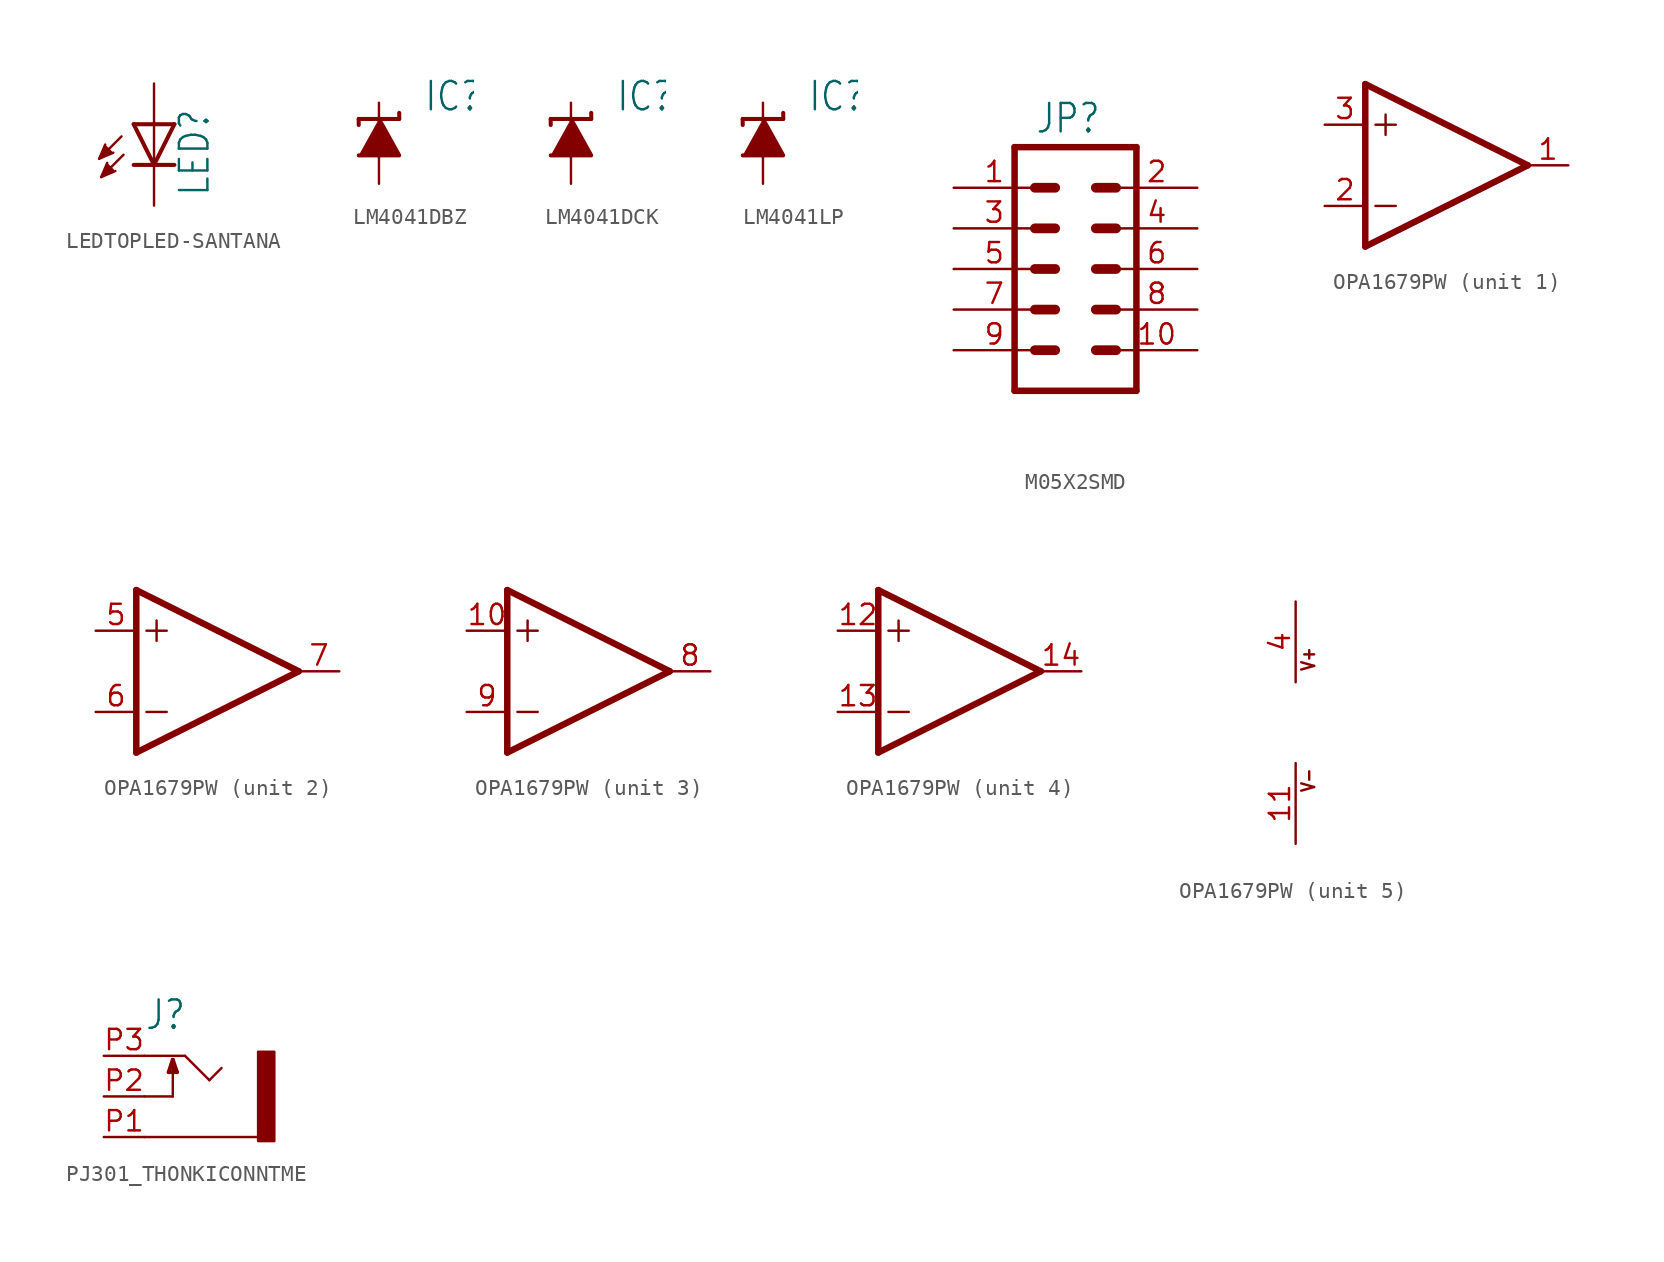
<source format=kicad_sym>
(kicad_symbol_lib
  (version 20231120)
  (generator "kicad_symbol_editor")
  (generator_version "8.0")
  (symbol "LEDTOPLED-SANTANA"
    (property "Reference" "LED"
      (at 3.556 -4.572 90)
      (effects (font (size 1.778 1.511)) (justify left bottom)))
    (property "Value" ""
      (at 5.715 -4.572 90)
      (effects (font (size 1.778 1.511)) (justify left bottom)))
    (property "ki_locked" ""
      (at 0 0 0)
      (effects (font (size 1.27 1.27))))
    (symbol "LEDTOPLED-SANTANA_1_0"
      (polyline (pts (xy -2.032 -0.762) (xy -3.429 -2.159)) (stroke (width 0.152) (type solid)) (fill (type none)))
      (polyline (pts (xy -1.905 -1.905) (xy -3.302 -3.302)) (stroke (width 0.152) (type solid)) (fill (type none)))
      (polyline (pts (xy 0 -2.54) (xy -1.27 -2.54)) (stroke (width 0.254) (type solid)) (fill (type none)))
      (polyline (pts (xy 0 -2.54) (xy -1.27 0)) (stroke (width 0.254) (type solid)) (fill (type none)))
      (polyline (pts (xy 0 0) (xy -1.27 0)) (stroke (width 0.254) (type solid)) (fill (type none)))
      (polyline (pts (xy 0 0) (xy 0 -2.54)) (stroke (width 0.152) (type solid)) (fill (type none)))
      (polyline (pts (xy 1.27 -2.54) (xy 0 -2.54)) (stroke (width 0.254) (type solid)) (fill (type none)))
      (polyline (pts (xy 1.27 0) (xy 0 -2.54)) (stroke (width 0.254) (type solid)) (fill (type none)))
      (polyline (pts (xy 1.27 0) (xy 0 0)) (stroke (width 0.254) (type solid)) (fill (type none)))
      (polyline (pts (xy -3.048 -1.27) (xy -3.429 -2.159) (xy -2.54 -1.778)) (stroke (width 0.152) (type solid)) (fill (type outline)))
      (polyline (pts (xy -2.921 -2.413) (xy -3.302 -3.302) (xy -2.413 -2.921)) (stroke (width 0.152) (type solid)) (fill (type outline)))
      (pin passive line (at 0 2.54 270) (length 2.54) (name "A" (effects (font (size 0 0)))) (number "A" (effects (font (size 0 0)))))
      (pin passive line (at 0 -5.08 90) (length 2.54) (name "C" (effects (font (size 0 0)))) (number "C" (effects (font (size 0 0)))))))
  (symbol "LM4041DBZ"
    (property "Reference" "IC"
      (at 2.794 1.905 0)
      (effects (font (size 1.778 1.511)) (justify left bottom)))
    (property "Value" ""
      (at 2.794 -0.889 0)
      (effects (font (size 1.778 1.511)) (justify left bottom)))
    (property "ki_locked" ""
      (at 0 0 0)
      (effects (font (size 1.27 1.27))))
    (symbol "LM4041DBZ_1_0"
      (polyline (pts (xy -1.27 1.524) (xy -1.27 1.143)) (stroke (width 0.254) (type solid)) (fill (type none)))
      (polyline (pts (xy 0 1.524) (xy -1.27 1.524)) (stroke (width 0.254) (type solid)) (fill (type none)))
      (polyline (pts (xy 1.27 1.524) (xy 0 1.524)) (stroke (width 0.254) (type solid)) (fill (type none)))
      (polyline (pts (xy 1.27 1.905) (xy 1.27 1.524)) (stroke (width 0.254) (type solid)) (fill (type none)))
      (polyline (pts (xy -1.27 -0.762) (xy 1.27 -0.762) (xy 0 1.524)) (stroke (width 0.254) (type solid)) (fill (type outline)))
      (pin passive line (at 0 2.54 270) (length 2.54) (name "C" (effects (font (size 0 0)))) (number "1" (effects (font (size 0 0)))))
      (pin passive line (at 0 -2.54 90) (length 2.54) (name "A" (effects (font (size 0 0)))) (number "2" (effects (font (size 0 0)))))))
  (symbol "LM4041DCK"
    (property "Reference" "IC"
      (at 2.794 1.905 0)
      (effects (font (size 1.778 1.511)) (justify left bottom)))
    (property "Value" ""
      (at 2.794 -0.889 0)
      (effects (font (size 1.778 1.511)) (justify left bottom)))
    (property "ki_locked" ""
      (at 0 0 0)
      (effects (font (size 1.27 1.27))))
    (symbol "LM4041DCK_1_0"
      (polyline (pts (xy -1.27 1.524) (xy -1.27 1.143)) (stroke (width 0.254) (type solid)) (fill (type none)))
      (polyline (pts (xy 0 1.524) (xy -1.27 1.524)) (stroke (width 0.254) (type solid)) (fill (type none)))
      (polyline (pts (xy 1.27 1.524) (xy 0 1.524)) (stroke (width 0.254) (type solid)) (fill (type none)))
      (polyline (pts (xy 1.27 1.905) (xy 1.27 1.524)) (stroke (width 0.254) (type solid)) (fill (type none)))
      (polyline (pts (xy -1.27 -0.762) (xy 1.27 -0.762) (xy 0 1.524)) (stroke (width 0.254) (type solid)) (fill (type outline)))
      (pin passive line (at 0 -2.54 90) (length 2.54) (name "A" (effects (font (size 0 0)))) (number "1" (effects (font (size 0 0)))))
      (pin passive line (at 0 2.54 270) (length 2.54) (name "C" (effects (font (size 0 0)))) (number "3" (effects (font (size 0 0)))))))
  (symbol "LM4041LP"
    (property "Reference" "IC"
      (at 2.794 1.905 0)
      (effects (font (size 1.778 1.511)) (justify left bottom)))
    (property "Value" ""
      (at 2.794 -0.889 0)
      (effects (font (size 1.778 1.511)) (justify left bottom)))
    (property "ki_locked" ""
      (at 0 0 0)
      (effects (font (size 1.27 1.27))))
    (symbol "LM4041LP_1_0"
      (polyline (pts (xy -1.27 1.524) (xy -1.27 1.143)) (stroke (width 0.254) (type solid)) (fill (type none)))
      (polyline (pts (xy 0 1.524) (xy -1.27 1.524)) (stroke (width 0.254) (type solid)) (fill (type none)))
      (polyline (pts (xy 1.27 1.524) (xy 0 1.524)) (stroke (width 0.254) (type solid)) (fill (type none)))
      (polyline (pts (xy 1.27 1.905) (xy 1.27 1.524)) (stroke (width 0.254) (type solid)) (fill (type none)))
      (polyline (pts (xy -1.27 -0.762) (xy 1.27 -0.762) (xy 0 1.524)) (stroke (width 0.254) (type solid)) (fill (type outline)))
      (pin passive line (at 0 2.54 270) (length 2.54) (name "C" (effects (font (size 0 0)))) (number "2" (effects (font (size 0 0)))))
      (pin passive line (at 0 -2.54 90) (length 2.54) (name "A" (effects (font (size 0 0)))) (number "3" (effects (font (size 0 0)))))))
  (symbol "M05X2SMD"
    (property "Reference" "JP"
      (at -2.54 8.382 0)
      (effects (font (size 1.778 1.511)) (justify left bottom)))
    (property "Value" ""
      (at -2.54 -10.16 0)
      (effects (font (size 1.778 1.511)) (justify left bottom)))
    (property "ki_locked" ""
      (at 0 0 0)
      (effects (font (size 1.27 1.27))))
    (symbol "M05X2SMD_1_0"
      (polyline (pts (xy -3.81 7.62) (xy -3.81 -7.62)) (stroke (width 0.406) (type solid)) (fill (type none)))
      (polyline (pts (xy -3.81 7.62) (xy 3.81 7.62)) (stroke (width 0.406) (type solid)) (fill (type none)))
      (polyline (pts (xy -1.27 -5.08) (xy -2.54 -5.08)) (stroke (width 0.61) (type solid)) (fill (type none)))
      (polyline (pts (xy -1.27 -2.54) (xy -2.54 -2.54)) (stroke (width 0.61) (type solid)) (fill (type none)))
      (polyline (pts (xy -1.27 0) (xy -2.54 0)) (stroke (width 0.61) (type solid)) (fill (type none)))
      (polyline (pts (xy -1.27 2.54) (xy -2.54 2.54)) (stroke (width 0.61) (type solid)) (fill (type none)))
      (polyline (pts (xy -1.27 5.08) (xy -2.54 5.08)) (stroke (width 0.61) (type solid)) (fill (type none)))
      (polyline (pts (xy 1.27 -5.08) (xy 2.54 -5.08)) (stroke (width 0.61) (type solid)) (fill (type none)))
      (polyline (pts (xy 1.27 -2.54) (xy 2.54 -2.54)) (stroke (width 0.61) (type solid)) (fill (type none)))
      (polyline (pts (xy 1.27 0) (xy 2.54 0)) (stroke (width 0.61) (type solid)) (fill (type none)))
      (polyline (pts (xy 1.27 2.54) (xy 2.54 2.54)) (stroke (width 0.61) (type solid)) (fill (type none)))
      (polyline (pts (xy 1.27 5.08) (xy 2.54 5.08)) (stroke (width 0.61) (type solid)) (fill (type none)))
      (polyline (pts (xy 3.81 -7.62) (xy -3.81 -7.62)) (stroke (width 0.406) (type solid)) (fill (type none)))
      (polyline (pts (xy 3.81 -7.62) (xy 3.81 7.62)) (stroke (width 0.406) (type solid)) (fill (type none)))
      (pin passive line (at -7.62 5.08 0) (length 5.08) (name "1" (effects (font (size 0 0)))) (number "1" (effects (font (size 1.27 1.27)))))
      (pin passive line (at 7.62 -5.08 180) (length 5.08) (name "10" (effects (font (size 0 0)))) (number "10" (effects (font (size 1.27 1.27)))))
      (pin passive line (at 7.62 5.08 180) (length 5.08) (name "2" (effects (font (size 0 0)))) (number "2" (effects (font (size 1.27 1.27)))))
      (pin passive line (at -7.62 2.54 0) (length 5.08) (name "3" (effects (font (size 0 0)))) (number "3" (effects (font (size 1.27 1.27)))))
      (pin passive line (at 7.62 2.54 180) (length 5.08) (name "4" (effects (font (size 0 0)))) (number "4" (effects (font (size 1.27 1.27)))))
      (pin passive line (at -7.62 0 0) (length 5.08) (name "5" (effects (font (size 0 0)))) (number "5" (effects (font (size 1.27 1.27)))))
      (pin passive line (at 7.62 0 180) (length 5.08) (name "6" (effects (font (size 0 0)))) (number "6" (effects (font (size 1.27 1.27)))))
      (pin passive line (at -7.62 -2.54 0) (length 5.08) (name "7" (effects (font (size 0 0)))) (number "7" (effects (font (size 1.27 1.27)))))
      (pin passive line (at 7.62 -2.54 180) (length 5.08) (name "8" (effects (font (size 0 0)))) (number "8" (effects (font (size 1.27 1.27)))))
      (pin passive line (at -7.62 -5.08 0) (length 5.08) (name "9" (effects (font (size 0 0)))) (number "9" (effects (font (size 1.27 1.27)))))))
  (symbol "OPA1679PW"
    (property "Reference" "IC"
      (at 2.54 3.175 0)
      (effects (font (size 1.778 1.511)) (justify left bottom) (hide yes)))
    (property "ki_locked" ""
      (at 0 0 0)
      (effects (font (size 1.27 1.27))))
    (symbol "OPA1679PW_1_0"
      (polyline (pts (xy -5.08 -5.08) (xy 5.08 0)) (stroke (width 0.406) (type solid)) (fill (type none)))
      (polyline (pts (xy -5.08 5.08) (xy -5.08 -5.08)) (stroke (width 0.406) (type solid)) (fill (type none)))
      (polyline (pts (xy -4.445 -2.54) (xy -3.175 -2.54)) (stroke (width 0.152) (type solid)) (fill (type none)))
      (polyline (pts (xy -4.445 2.54) (xy -3.175 2.54)) (stroke (width 0.152) (type solid)) (fill (type none)))
      (polyline (pts (xy -3.81 3.175) (xy -3.81 1.905)) (stroke (width 0.152) (type solid)) (fill (type none)))
      (polyline (pts (xy 5.08 0) (xy -5.08 5.08)) (stroke (width 0.406) (type solid)) (fill (type none)))
      (pin output line (at 7.62 0 180) (length 2.54) (name "OUT" (effects (font (size 0 0)))) (number "1" (effects (font (size 1.27 1.27)))))
      (pin input line (at -7.62 -2.54 0) (length 2.54) (name "-IN" (effects (font (size 0 0)))) (number "2" (effects (font (size 1.27 1.27)))))
      (pin input line (at -7.62 2.54 0) (length 2.54) (name "+IN" (effects (font (size 0 0)))) (number "3" (effects (font (size 1.27 1.27))))))
    (symbol "OPA1679PW_2_0"
      (polyline (pts (xy -5.08 -5.08) (xy 5.08 0)) (stroke (width 0.406) (type solid)) (fill (type none)))
      (polyline (pts (xy -5.08 5.08) (xy -5.08 -5.08)) (stroke (width 0.406) (type solid)) (fill (type none)))
      (polyline (pts (xy -4.445 -2.54) (xy -3.175 -2.54)) (stroke (width 0.152) (type solid)) (fill (type none)))
      (polyline (pts (xy -4.445 2.54) (xy -3.175 2.54)) (stroke (width 0.152) (type solid)) (fill (type none)))
      (polyline (pts (xy -3.81 3.175) (xy -3.81 1.905)) (stroke (width 0.152) (type solid)) (fill (type none)))
      (polyline (pts (xy 5.08 0) (xy -5.08 5.08)) (stroke (width 0.406) (type solid)) (fill (type none)))
      (pin input line (at -7.62 2.54 0) (length 2.54) (name "+IN" (effects (font (size 0 0)))) (number "5" (effects (font (size 1.27 1.27)))))
      (pin input line (at -7.62 -2.54 0) (length 2.54) (name "-IN" (effects (font (size 0 0)))) (number "6" (effects (font (size 1.27 1.27)))))
      (pin output line (at 7.62 0 180) (length 2.54) (name "OUT" (effects (font (size 0 0)))) (number "7" (effects (font (size 1.27 1.27))))))
    (symbol "OPA1679PW_3_0"
      (polyline (pts (xy -5.08 -5.08) (xy 5.08 0)) (stroke (width 0.406) (type solid)) (fill (type none)))
      (polyline (pts (xy -5.08 5.08) (xy -5.08 -5.08)) (stroke (width 0.406) (type solid)) (fill (type none)))
      (polyline (pts (xy -4.445 -2.54) (xy -3.175 -2.54)) (stroke (width 0.152) (type solid)) (fill (type none)))
      (polyline (pts (xy -4.445 2.54) (xy -3.175 2.54)) (stroke (width 0.152) (type solid)) (fill (type none)))
      (polyline (pts (xy -3.81 3.175) (xy -3.81 1.905)) (stroke (width 0.152) (type solid)) (fill (type none)))
      (polyline (pts (xy 5.08 0) (xy -5.08 5.08)) (stroke (width 0.406) (type solid)) (fill (type none)))
      (pin input line (at -7.62 2.54 0) (length 2.54) (name "+IN" (effects (font (size 0 0)))) (number "10" (effects (font (size 1.27 1.27)))))
      (pin output line (at 7.62 0 180) (length 2.54) (name "OUT" (effects (font (size 0 0)))) (number "8" (effects (font (size 1.27 1.27)))))
      (pin input line (at -7.62 -2.54 0) (length 2.54) (name "-IN" (effects (font (size 0 0)))) (number "9" (effects (font (size 1.27 1.27))))))
    (symbol "OPA1679PW_4_0"
      (polyline (pts (xy -5.08 -5.08) (xy 5.08 0)) (stroke (width 0.406) (type solid)) (fill (type none)))
      (polyline (pts (xy -5.08 5.08) (xy -5.08 -5.08)) (stroke (width 0.406) (type solid)) (fill (type none)))
      (polyline (pts (xy -4.445 -2.54) (xy -3.175 -2.54)) (stroke (width 0.152) (type solid)) (fill (type none)))
      (polyline (pts (xy -4.445 2.54) (xy -3.175 2.54)) (stroke (width 0.152) (type solid)) (fill (type none)))
      (polyline (pts (xy -3.81 3.175) (xy -3.81 1.905)) (stroke (width 0.152) (type solid)) (fill (type none)))
      (polyline (pts (xy 5.08 0) (xy -5.08 5.08)) (stroke (width 0.406) (type solid)) (fill (type none)))
      (pin input line (at -7.62 2.54 0) (length 2.54) (name "+IN" (effects (font (size 0 0)))) (number "12" (effects (font (size 1.27 1.27)))))
      (pin input line (at -7.62 -2.54 0) (length 2.54) (name "-IN" (effects (font (size 0 0)))) (number "13" (effects (font (size 1.27 1.27)))))
      (pin output line (at 7.62 0 180) (length 2.54) (name "OUT" (effects (font (size 0 0)))) (number "14" (effects (font (size 1.27 1.27))))))
    (symbol "OPA1679PW_5_0"
      (text "V+" (at 1.27 3.175 900) (effects (font (size 0.813 0.691)) (justify left bottom)))
      (text "V-" (at 1.27 -4.445 900) (effects (font (size 0.813 0.691)) (justify left bottom)))
      (pin power_in line (at 0 -7.62 90) (length 5.08) (name "V-" (effects (font (size 0 0)))) (number "11" (effects (font (size 1.27 1.27)))))
      (pin power_in line (at 0 7.62 270) (length 5.08) (name "V+" (effects (font (size 0 0)))) (number "4" (effects (font (size 1.27 1.27)))))))
  (symbol "PJ301_THONKICONNTME"
    (property "Reference" "J"
      (at -2.54 4.064 0)
      (effects (font (size 1.778 1.511)) (justify left bottom)))
    (property "ki_locked" ""
      (at 0 0 0)
      (effects (font (size 1.27 1.27))))
    (symbol "PJ301_THONKICONNTME_1_0"
      (polyline (pts (xy -2.54 -2.54) (xy 4.572 -2.54)) (stroke (width 0.152) (type solid)) (fill (type none)))
      (polyline (pts (xy -2.54 0) (xy -0.762 0)) (stroke (width 0.152) (type solid)) (fill (type none)))
      (polyline (pts (xy -2.54 2.54) (xy 0 2.54)) (stroke (width 0.152) (type solid)) (fill (type none)))
      (polyline (pts (xy -1.016 1.524) (xy -0.508 1.524)) (stroke (width 0.254) (type solid)) (fill (type none)))
      (polyline (pts (xy -0.762 0) (xy -0.762 2.286)) (stroke (width 0.152) (type solid)) (fill (type none)))
      (polyline (pts (xy -0.762 2.286) (xy -1.016 1.524)) (stroke (width 0.254) (type solid)) (fill (type none)))
      (polyline (pts (xy -0.508 1.524) (xy -0.762 2.286)) (stroke (width 0.254) (type solid)) (fill (type none)))
      (polyline (pts (xy 0 2.54) (xy 1.524 1.016)) (stroke (width 0.152) (type solid)) (fill (type none)))
      (polyline (pts (xy 1.524 1.016) (xy 2.286 1.778)) (stroke (width 0.152) (type solid)) (fill (type none)))
      (rectangle (start 4.572 2.794) (end 5.588 -2.794) (stroke (width 0) (type default)) (fill (type outline)))
      (pin passive line (at -5.08 -2.54 0) (length 2.54) (name "1" (effects (font (size 0 0)))) (number "P1" (effects (font (size 1.27 1.27)))))
      (pin passive line (at -5.08 0 0) (length 2.54) (name "2" (effects (font (size 0 0)))) (number "P2" (effects (font (size 1.27 1.27)))))
      (pin passive line (at -5.08 2.54 0) (length 2.54) (name "3" (effects (font (size 0 0)))) (number "P3" (effects (font (size 1.27 1.27))))))))
</source>
